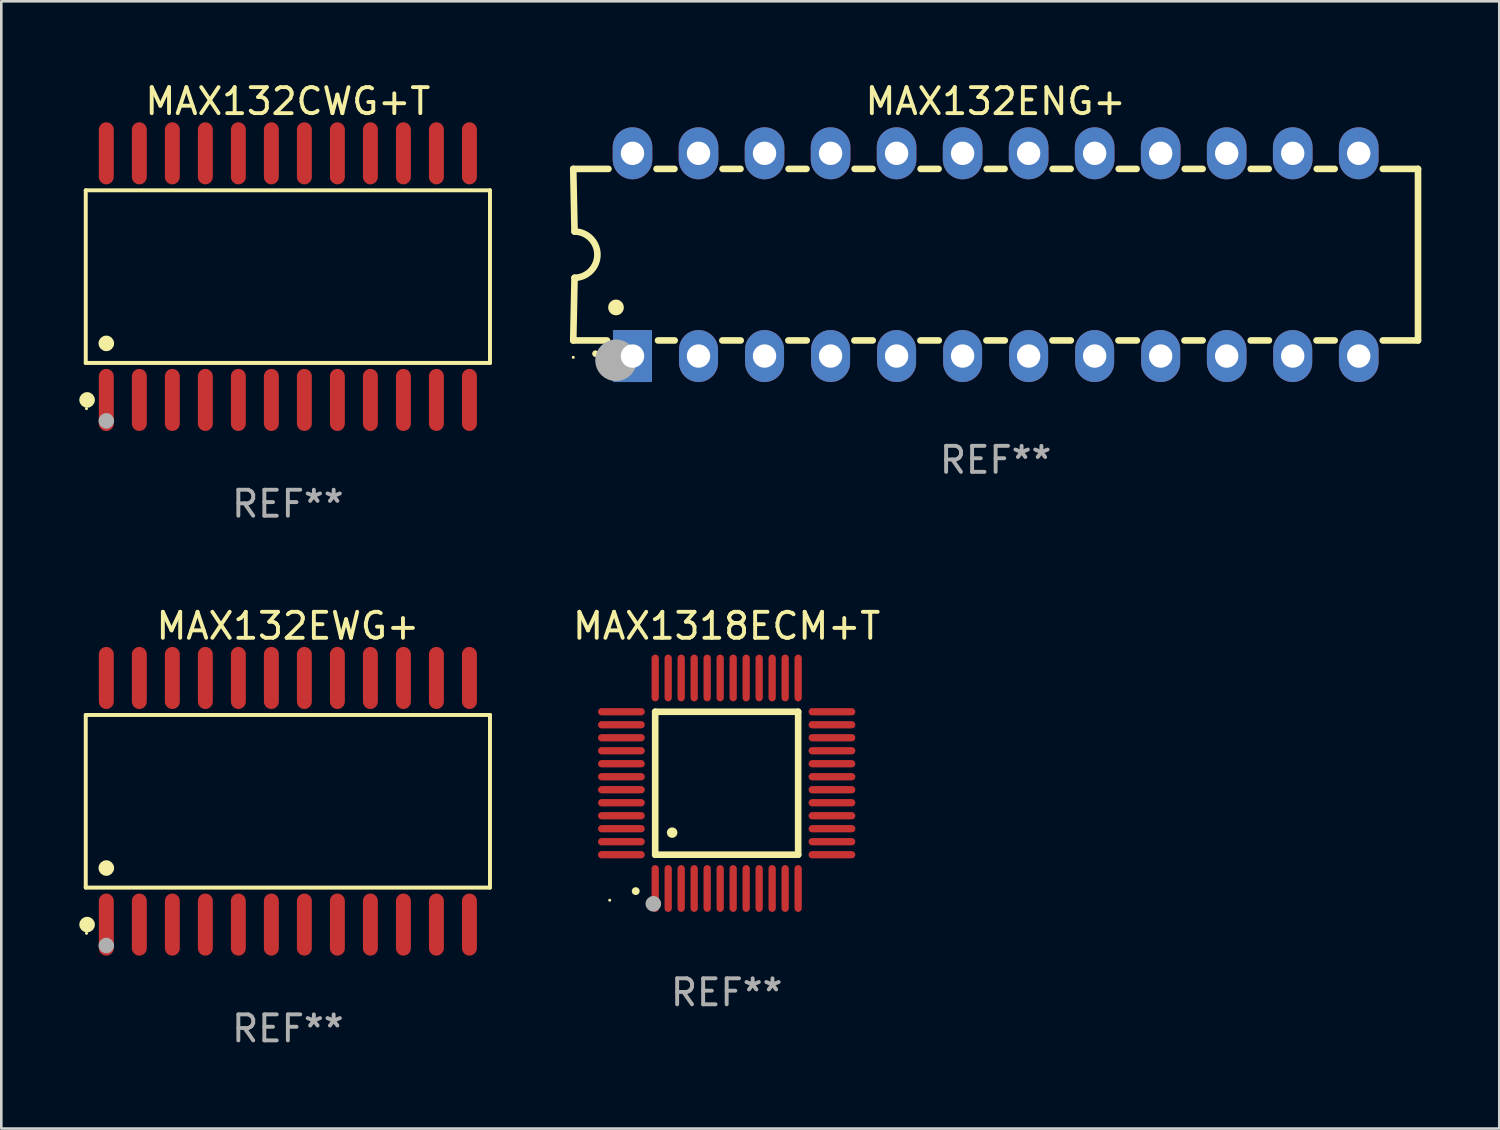
<source format=kicad_pcb>
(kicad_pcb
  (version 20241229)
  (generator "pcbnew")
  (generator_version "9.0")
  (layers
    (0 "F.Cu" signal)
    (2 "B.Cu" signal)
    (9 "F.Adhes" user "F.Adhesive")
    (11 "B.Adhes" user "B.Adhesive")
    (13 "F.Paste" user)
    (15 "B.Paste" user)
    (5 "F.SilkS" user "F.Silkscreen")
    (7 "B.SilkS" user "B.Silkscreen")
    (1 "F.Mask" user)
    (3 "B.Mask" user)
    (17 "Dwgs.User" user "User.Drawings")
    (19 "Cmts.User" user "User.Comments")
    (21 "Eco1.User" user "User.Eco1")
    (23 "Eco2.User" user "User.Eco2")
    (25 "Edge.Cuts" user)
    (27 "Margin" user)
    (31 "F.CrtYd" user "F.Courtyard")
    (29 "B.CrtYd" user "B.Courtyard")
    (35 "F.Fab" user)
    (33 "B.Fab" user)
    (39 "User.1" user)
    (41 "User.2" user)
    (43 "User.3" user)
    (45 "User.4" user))
  (footprint "MAX132EWG+"
    (layer "F.Cu")
    (at 8.025 27.777)
    (property "Reference" "MAX132EWG+" (at 0 -6.744 0) (layer "F.SilkS") (effects (font (size 1 1) (thickness 0.15))))
    (attr through_hole)
    (fp_line (start -7.776 -3.321) (end 7.776 -3.321) (stroke (width 0.152) (type solid)) (layer "F.SilkS"))
    (fp_line (start -7.776 3.321) (end -7.776 -3.321) (stroke (width 0.152) (type solid)) (layer "F.SilkS"))
    (fp_line (start 7.776 -3.321) (end 7.776 3.321) (stroke (width 0.152) (type solid)) (layer "F.SilkS"))
    (fp_line (start 7.776 3.321) (end -7.776 3.321) (stroke (width 0.152) (type solid)) (layer "F.SilkS"))
    (fp_circle (center -7.747 5.08) (end -7.717 5.08) (stroke (width 0.06) (type solid)) (fill no) (layer "F.SilkS"))
    (fp_circle (center -7.724 4.744) (end -7.574 4.744) (stroke (width 0.3) (type solid)) (fill no) (layer "F.SilkS"))
    (fp_circle (center -6.985 2.569) (end -6.835 2.569) (stroke (width 0.3) (type solid)) (fill no) (layer "F.SilkS"))
    (fp_circle (center -6.985 5.55) (end -6.835 5.55) (stroke (width 0.3) (type solid)) (fill no) (layer "F.Fab"))
    (fp_text user "REF**" (at 0 8.744 0) (layer "F.Fab") (effects (font (size 1 1) (thickness 0.15))))
    (pad "1" smd oval (at -6.985 4.744) (size 0.574 2.388) (layers "F.Cu" "F.Mask" "F.Paste"))
    (pad "2" smd oval (at -5.715 4.744) (size 0.574 2.388) (layers "F.Cu" "F.Mask" "F.Paste"))
    (pad "3" smd oval (at -4.445 4.744) (size 0.574 2.388) (layers "F.Cu" "F.Mask" "F.Paste"))
    (pad "4" smd oval (at -3.175 4.744) (size 0.574 2.388) (layers "F.Cu" "F.Mask" "F.Paste"))
    (pad "5" smd oval (at -1.905 4.744) (size 0.574 2.388) (layers "F.Cu" "F.Mask" "F.Paste"))
    (pad "6" smd oval (at -0.635 4.744) (size 0.574 2.388) (layers "F.Cu" "F.Mask" "F.Paste"))
    (pad "7" smd oval (at 0.635 4.744) (size 0.574 2.388) (layers "F.Cu" "F.Mask" "F.Paste"))
    (pad "8" smd oval (at 1.905 4.744) (size 0.574 2.388) (layers "F.Cu" "F.Mask" "F.Paste"))
    (pad "9" smd oval (at 3.175 4.744) (size 0.574 2.388) (layers "F.Cu" "F.Mask" "F.Paste"))
    (pad "10" smd oval (at 4.445 4.744) (size 0.574 2.388) (layers "F.Cu" "F.Mask" "F.Paste"))
    (pad "11" smd oval (at 5.715 4.744) (size 0.574 2.388) (layers "F.Cu" "F.Mask" "F.Paste"))
    (pad "12" smd oval (at 6.985 4.744) (size 0.574 2.388) (layers "F.Cu" "F.Mask" "F.Paste"))
    (pad "13" smd oval (at 6.985 -4.744) (size 0.574 2.388) (layers "F.Cu" "F.Mask" "F.Paste"))
    (pad "14" smd oval (at 5.715 -4.744) (size 0.574 2.388) (layers "F.Cu" "F.Mask" "F.Paste"))
    (pad "15" smd oval (at 4.445 -4.744) (size 0.574 2.388) (layers "F.Cu" "F.Mask" "F.Paste"))
    (pad "16" smd oval (at 3.175 -4.744) (size 0.574 2.388) (layers "F.Cu" "F.Mask" "F.Paste"))
    (pad "17" smd oval (at 1.905 -4.744) (size 0.574 2.388) (layers "F.Cu" "F.Mask" "F.Paste"))
    (pad "18" smd oval (at 0.635 -4.744) (size 0.574 2.388) (layers "F.Cu" "F.Mask" "F.Paste"))
    (pad "19" smd oval (at -0.635 -4.744) (size 0.574 2.388) (layers "F.Cu" "F.Mask" "F.Paste"))
    (pad "20" smd oval (at -1.905 -4.744) (size 0.574 2.388) (layers "F.Cu" "F.Mask" "F.Paste"))
    (pad "21" smd oval (at -3.175 -4.744) (size 0.574 2.388) (layers "F.Cu" "F.Mask" "F.Paste"))
    (pad "22" smd oval (at -4.445 -4.744) (size 0.574 2.388) (layers "F.Cu" "F.Mask" "F.Paste"))
    (pad "23" smd oval (at -5.715 -4.744) (size 0.574 2.388) (layers "F.Cu" "F.Mask" "F.Paste"))
    (pad "24" smd oval (at -6.985 -4.744) (size 0.574 2.388) (layers "F.Cu" "F.Mask" "F.Paste")))
  (footprint "MAX132CWG+T"
    (layer "F.Cu")
    (at 8.025 7.592)
    (property "Reference" "MAX132CWG+T" (at 0 -6.744 0) (layer "F.SilkS") (effects (font (size 1 1) (thickness 0.15))))
    (attr through_hole)
    (fp_line (start -7.776 -3.321) (end 7.776 -3.321) (stroke (width 0.152) (type solid)) (layer "F.SilkS"))
    (fp_line (start -7.776 3.321) (end -7.776 -3.321) (stroke (width 0.152) (type solid)) (layer "F.SilkS"))
    (fp_line (start 7.776 -3.321) (end 7.776 3.321) (stroke (width 0.152) (type solid)) (layer "F.SilkS"))
    (fp_line (start 7.776 3.321) (end -7.776 3.321) (stroke (width 0.152) (type solid)) (layer "F.SilkS"))
    (fp_circle (center -7.747 5.08) (end -7.717 5.08) (stroke (width 0.06) (type solid)) (fill no) (layer "F.SilkS"))
    (fp_circle (center -7.724 4.744) (end -7.574 4.744) (stroke (width 0.3) (type solid)) (fill no) (layer "F.SilkS"))
    (fp_circle (center -6.985 2.569) (end -6.835 2.569) (stroke (width 0.3) (type solid)) (fill no) (layer "F.SilkS"))
    (fp_circle (center -6.985 5.55) (end -6.835 5.55) (stroke (width 0.3) (type solid)) (fill no) (layer "F.Fab"))
    (fp_text user "REF**" (at 0 8.744 0) (layer "F.Fab") (effects (font (size 1 1) (thickness 0.15))))
    (pad "1" smd oval (at -6.985 4.744) (size 0.574 2.388) (layers "F.Cu" "F.Mask" "F.Paste"))
    (pad "2" smd oval (at -5.715 4.744) (size 0.574 2.388) (layers "F.Cu" "F.Mask" "F.Paste"))
    (pad "3" smd oval (at -4.445 4.744) (size 0.574 2.388) (layers "F.Cu" "F.Mask" "F.Paste"))
    (pad "4" smd oval (at -3.175 4.744) (size 0.574 2.388) (layers "F.Cu" "F.Mask" "F.Paste"))
    (pad "5" smd oval (at -1.905 4.744) (size 0.574 2.388) (layers "F.Cu" "F.Mask" "F.Paste"))
    (pad "6" smd oval (at -0.635 4.744) (size 0.574 2.388) (layers "F.Cu" "F.Mask" "F.Paste"))
    (pad "7" smd oval (at 0.635 4.744) (size 0.574 2.388) (layers "F.Cu" "F.Mask" "F.Paste"))
    (pad "8" smd oval (at 1.905 4.744) (size 0.574 2.388) (layers "F.Cu" "F.Mask" "F.Paste"))
    (pad "9" smd oval (at 3.175 4.744) (size 0.574 2.388) (layers "F.Cu" "F.Mask" "F.Paste"))
    (pad "10" smd oval (at 4.445 4.744) (size 0.574 2.388) (layers "F.Cu" "F.Mask" "F.Paste"))
    (pad "11" smd oval (at 5.715 4.744) (size 0.574 2.388) (layers "F.Cu" "F.Mask" "F.Paste"))
    (pad "12" smd oval (at 6.985 4.744) (size 0.574 2.388) (layers "F.Cu" "F.Mask" "F.Paste"))
    (pad "13" smd oval (at 6.985 -4.744) (size 0.574 2.388) (layers "F.Cu" "F.Mask" "F.Paste"))
    (pad "14" smd oval (at 5.715 -4.744) (size 0.574 2.388) (layers "F.Cu" "F.Mask" "F.Paste"))
    (pad "15" smd oval (at 4.445 -4.744) (size 0.574 2.388) (layers "F.Cu" "F.Mask" "F.Paste"))
    (pad "16" smd oval (at 3.175 -4.744) (size 0.574 2.388) (layers "F.Cu" "F.Mask" "F.Paste"))
    (pad "17" smd oval (at 1.905 -4.744) (size 0.574 2.388) (layers "F.Cu" "F.Mask" "F.Paste"))
    (pad "18" smd oval (at 0.635 -4.744) (size 0.574 2.388) (layers "F.Cu" "F.Mask" "F.Paste"))
    (pad "19" smd oval (at -0.635 -4.744) (size 0.574 2.388) (layers "F.Cu" "F.Mask" "F.Paste"))
    (pad "20" smd oval (at -1.905 -4.744) (size 0.574 2.388) (layers "F.Cu" "F.Mask" "F.Paste"))
    (pad "21" smd oval (at -3.175 -4.744) (size 0.574 2.388) (layers "F.Cu" "F.Mask" "F.Paste"))
    (pad "22" smd oval (at -4.445 -4.744) (size 0.574 2.388) (layers "F.Cu" "F.Mask" "F.Paste"))
    (pad "23" smd oval (at -5.715 -4.744) (size 0.574 2.388) (layers "F.Cu" "F.Mask" "F.Paste"))
    (pad "24" smd oval (at -6.985 -4.744) (size 0.574 2.388) (layers "F.Cu" "F.Mask" "F.Paste")))
  (footprint "MAX132ENG+"
    (layer "F.Cu")
    (at 35.254 6.748)
    (property "Reference" "MAX132ENG+" (at 0 -5.9 0) (layer "F.SilkS") (effects (font (size 1 1) (thickness 0.15))))
    (attr through_hole)
    (fp_line (start -16.25 -3.3) (end -16.2 -0.889) (stroke (width 0.254) (type solid)) (layer "F.SilkS"))
    (fp_line (start -16.25 -3.3) (end -14.895 -3.3) (stroke (width 0.254) (type solid)) (layer "F.SilkS"))
    (fp_line (start -16.25 3.3) (end -16.2 0.889) (stroke (width 0.254) (type solid)) (layer "F.SilkS"))
    (fp_line (start -16.25 3.3) (end -14.951 3.3) (stroke (width 0.254) (type solid)) (layer "F.SilkS"))
    (fp_line (start -13.045 -3.3) (end -12.355 -3.3) (stroke (width 0.254) (type solid)) (layer "F.SilkS"))
    (fp_line (start -12.989 3.3) (end -12.347 3.3) (stroke (width 0.254) (type solid)) (layer "F.SilkS"))
    (fp_line (start -10.514 3.3) (end -9.807 3.3) (stroke (width 0.254) (type solid)) (layer "F.SilkS"))
    (fp_line (start -10.505 -3.3) (end -9.815 -3.3) (stroke (width 0.254) (type solid)) (layer "F.SilkS"))
    (fp_line (start -7.974 3.3) (end -7.267 3.3) (stroke (width 0.254) (type solid)) (layer "F.SilkS"))
    (fp_line (start -7.965 -3.3) (end -7.275 -3.3) (stroke (width 0.254) (type solid)) (layer "F.SilkS"))
    (fp_line (start -5.434 3.3) (end -4.727 3.3) (stroke (width 0.254) (type solid)) (layer "F.SilkS"))
    (fp_line (start -5.425 -3.3) (end -4.735 -3.3) (stroke (width 0.254) (type solid)) (layer "F.SilkS"))
    (fp_line (start -2.894 3.3) (end -2.187 3.3) (stroke (width 0.254) (type solid)) (layer "F.SilkS"))
    (fp_line (start -2.885 -3.3) (end -2.195 -3.3) (stroke (width 0.254) (type solid)) (layer "F.SilkS"))
    (fp_line (start -0.354 3.3) (end 0.353 3.3) (stroke (width 0.254) (type solid)) (layer "F.SilkS"))
    (fp_line (start -0.345 -3.3) (end 0.345 -3.3) (stroke (width 0.254) (type solid)) (layer "F.SilkS"))
    (fp_line (start 2.186 3.3) (end 2.893 3.3) (stroke (width 0.254) (type solid)) (layer "F.SilkS"))
    (fp_line (start 2.195 -3.3) (end 2.885 -3.3) (stroke (width 0.254) (type solid)) (layer "F.SilkS"))
    (fp_line (start 4.726 3.3) (end 5.434 3.3) (stroke (width 0.254) (type solid)) (layer "F.SilkS"))
    (fp_line (start 4.735 -3.3) (end 5.425 -3.3) (stroke (width 0.254) (type solid)) (layer "F.SilkS"))
    (fp_line (start 7.266 3.3) (end 7.965 3.3) (stroke (width 0.254) (type solid)) (layer "F.SilkS"))
    (fp_line (start 7.275 -3.3) (end 7.965 -3.3) (stroke (width 0.254) (type solid)) (layer "F.SilkS"))
    (fp_line (start 9.815 -3.3) (end 10.505 -3.3) (stroke (width 0.254) (type solid)) (layer "F.SilkS"))
    (fp_line (start 9.815 3.3) (end 10.514 3.3) (stroke (width 0.254) (type solid)) (layer "F.SilkS"))
    (fp_line (start 12.346 3.3) (end 13.045 3.3) (stroke (width 0.254) (type solid)) (layer "F.SilkS"))
    (fp_line (start 12.355 -3.3) (end 13.045 -3.3) (stroke (width 0.254) (type solid)) (layer "F.SilkS"))
    (fp_line (start 16.25 -3.3) (end 14.895 -3.3) (stroke (width 0.254) (type solid)) (layer "F.SilkS"))
    (fp_line (start 16.25 -3.3) (end 16.25 3.3) (stroke (width 0.254) (type solid)) (layer "F.SilkS"))
    (fp_line (start 16.25 3.3) (end 14.895 3.3) (stroke (width 0.254) (type solid)) (layer "F.SilkS"))
    (fp_arc (start -16.201016 -0.890146) (mid -15.311429 -0.001055) (end -16.200025 0.889027) (stroke (width 0.254001) (type solid)) (layer "F.SilkS"))
    (fp_arc (start -15.394971 3.810033) (mid -15.394978 3.808763) (end -15.394971 3.807493) (stroke (width 0.25) (type solid)) (layer "F.SilkS"))
    (fp_arc (start -14.605029 2.032029) (mid -14.60504 2.029489) (end -14.605029 2.026949) (stroke (width 0.6) (type solid)) (layer "F.SilkS"))
    (fp_circle (center -16.25 3.95) (end -16.22 3.95) (stroke (width 0.06) (type solid)) (fill no) (layer "F.SilkS"))
    (fp_circle (center -14.605 4.064) (end -14.205 4.064) (stroke (width 0.8) (type solid)) (fill no) (layer "F.Fab"))
    (fp_text user "REF**" (at 0 7.9 0) (layer "F.Fab") (effects (font (size 1 1) (thickness 0.15))))
    (pad "1" thru_hole rect (at -13.97 3.9 90) (size 2 1.5) (drill 0.9) (layers "*.Cu" "*.Mask"))
    (pad "2" thru_hole oval (at -11.43 3.9 90) (size 2 1.5) (drill 0.9) (layers "*.Cu" "*.Mask"))
    (pad "3" thru_hole oval (at -8.89 3.9 90) (size 2 1.5) (drill 0.9) (layers "*.Cu" "*.Mask"))
    (pad "4" thru_hole oval (at -6.35 3.9 90) (size 2 1.5) (drill 0.9) (layers "*.Cu" "*.Mask"))
    (pad "5" thru_hole oval (at -3.81 3.9 90) (size 2 1.5) (drill 0.9) (layers "*.Cu" "*.Mask"))
    (pad "6" thru_hole oval (at -1.27 3.9 90) (size 2 1.5) (drill 0.9) (layers "*.Cu" "*.Mask"))
    (pad "7" thru_hole oval (at 1.27 3.9 90) (size 2 1.5) (drill 0.9) (layers "*.Cu" "*.Mask"))
    (pad "8" thru_hole oval (at 3.81 3.9 90) (size 2 1.5) (drill 0.9) (layers "*.Cu" "*.Mask"))
    (pad "9" thru_hole oval (at 6.35 3.9 90) (size 2 1.5) (drill 0.9) (layers "*.Cu" "*.Mask"))
    (pad "10" thru_hole oval (at 8.89 3.9 90) (size 2 1.524) (drill 0.9) (layers "*.Cu" "*.Mask"))
    (pad "11" thru_hole oval (at 11.43 3.9 90) (size 2 1.5) (drill 0.9) (layers "*.Cu" "*.Mask"))
    (pad "12" thru_hole oval (at 13.97 3.9 90) (size 2 1.524) (drill 0.9) (layers "*.Cu" "*.Mask"))
    (pad "13" thru_hole oval (at 13.97 -3.9 90) (size 2 1.524) (drill 0.9) (layers "*.Cu" "*.Mask"))
    (pad "14" thru_hole oval (at 11.43 -3.9 90) (size 2 1.524) (drill 0.9) (layers "*.Cu" "*.Mask"))
    (pad "15" thru_hole oval (at 8.89 -3.9 90) (size 2 1.524) (drill 0.9) (layers "*.Cu" "*.Mask"))
    (pad "16" thru_hole oval (at 6.35 -3.9 90) (size 2 1.524) (drill 0.9) (layers "*.Cu" "*.Mask"))
    (pad "17" thru_hole oval (at 3.81 -3.9 90) (size 2 1.524) (drill 0.9) (layers "*.Cu" "*.Mask"))
    (pad "18" thru_hole oval (at 1.27 -3.9 90) (size 2 1.524) (drill 0.9) (layers "*.Cu" "*.Mask"))
    (pad "19" thru_hole oval (at -1.27 -3.9 90) (size 2 1.524) (drill 0.9) (layers "*.Cu" "*.Mask"))
    (pad "20" thru_hole oval (at -3.81 -3.9 90) (size 2 1.524) (drill 0.9) (layers "*.Cu" "*.Mask"))
    (pad "21" thru_hole oval (at -6.35 -3.9 90) (size 2 1.524) (drill 0.9) (layers "*.Cu" "*.Mask"))
    (pad "22" thru_hole oval (at -8.89 -3.9 90) (size 2 1.524) (drill 0.9) (layers "*.Cu" "*.Mask"))
    (pad "23" thru_hole oval (at -11.43 -3.9 90) (size 2 1.524) (drill 0.9) (layers "*.Cu" "*.Mask"))
    (pad "24" thru_hole oval (at -13.97 -3.9 90) (size 2 1.524) (drill 0.9) (layers "*.Cu" "*.Mask")))
  (footprint "MAX1318ECM+T"
    (layer "F.Cu")
    (at 24.907 27.083)
    (property "Reference" "MAX1318ECM+T" (at 0 -6.05 0) (layer "F.SilkS") (effects (font (size 1 1) (thickness 0.15))))
    (attr through_hole)
    (fp_line (start -2.75 -2.75) (end 2.75 -2.75) (stroke (width 0.254) (type solid)) (layer "F.SilkS"))
    (fp_line (start -2.75 2.75) (end -2.75 -2.75) (stroke (width 0.254) (type solid)) (layer "F.SilkS"))
    (fp_line (start 2.75 -2.75) (end 2.75 2.75) (stroke (width 0.254) (type solid)) (layer "F.SilkS"))
    (fp_line (start 2.75 2.75) (end -2.75 2.75) (stroke (width 0.254) (type solid)) (layer "F.SilkS"))
    (fp_arc (start -3.500127 4.150368) (mid -3.498857 4.150363) (end -3.497587 4.150368) (stroke (width 0.3) (type solid)) (layer "F.SilkS"))
    (fp_arc (start -2.100584 1.899924) (mid -2.098044 1.899908) (end -2.095504 1.899924) (stroke (width 0.4) (type solid)) (layer "F.SilkS"))
    (fp_circle (center -4.5 4.5) (end -4.47 4.5) (stroke (width 0.06) (type solid)) (fill no) (layer "F.SilkS"))
    (fp_circle (center -2.822 4.638) (end -2.672 4.638) (stroke (width 0.3) (type solid)) (fill no) (layer "F.Fab"))
    (fp_text user "REF**" (at 0 8.05 0) (layer "F.Fab") (effects (font (size 1 1) (thickness 0.15))))
    (pad "1" smd oval (at -2.75 4.05) (size 0.28 1.8) (layers "F.Cu" "F.Mask" "F.Paste"))
    (pad "2" smd oval (at -2.25 4.05) (size 0.28 1.8) (layers "F.Cu" "F.Mask" "F.Paste"))
    (pad "3" smd oval (at -1.75 4.05) (size 0.28 1.8) (layers "F.Cu" "F.Mask" "F.Paste"))
    (pad "4" smd oval (at -1.25 4.05) (size 0.28 1.8) (layers "F.Cu" "F.Mask" "F.Paste"))
    (pad "5" smd oval (at -0.75 4.05) (size 0.28 1.8) (layers "F.Cu" "F.Mask" "F.Paste"))
    (pad "6" smd oval (at -0.25 4.05) (size 0.28 1.8) (layers "F.Cu" "F.Mask" "F.Paste"))
    (pad "7" smd oval (at 0.25 4.05) (size 0.28 1.8) (layers "F.Cu" "F.Mask" "F.Paste"))
    (pad "8" smd oval (at 0.75 4.05) (size 0.28 1.8) (layers "F.Cu" "F.Mask" "F.Paste"))
    (pad "9" smd oval (at 1.25 4.05) (size 0.28 1.8) (layers "F.Cu" "F.Mask" "F.Paste"))
    (pad "10" smd oval (at 1.75 4.05) (size 0.28 1.8) (layers "F.Cu" "F.Mask" "F.Paste"))
    (pad "11" smd oval (at 2.25 4.05) (size 0.28 1.8) (layers "F.Cu" "F.Mask" "F.Paste"))
    (pad "12" smd oval (at 2.75 4.05) (size 0.28 1.8) (layers "F.Cu" "F.Mask" "F.Paste"))
    (pad "13" smd oval (at 4.05 2.75) (size 1.8 0.28) (layers "F.Cu" "F.Mask" "F.Paste"))
    (pad "14" smd oval (at 4.05 2.25) (size 1.8 0.28) (layers "F.Cu" "F.Mask" "F.Paste"))
    (pad "15" smd oval (at 4.05 1.75) (size 1.8 0.28) (layers "F.Cu" "F.Mask" "F.Paste"))
    (pad "16" smd oval (at 4.05 1.25) (size 1.8 0.28) (layers "F.Cu" "F.Mask" "F.Paste"))
    (pad "17" smd oval (at 4.05 0.75) (size 1.8 0.28) (layers "F.Cu" "F.Mask" "F.Paste"))
    (pad "18" smd oval (at 4.05 0.25) (size 1.8 0.28) (layers "F.Cu" "F.Mask" "F.Paste"))
    (pad "19" smd oval (at 4.05 -0.25) (size 1.8 0.28) (layers "F.Cu" "F.Mask" "F.Paste"))
    (pad "20" smd oval (at 4.05 -0.75) (size 1.8 0.28) (layers "F.Cu" "F.Mask" "F.Paste"))
    (pad "21" smd oval (at 4.05 -1.25) (size 1.8 0.28) (layers "F.Cu" "F.Mask" "F.Paste"))
    (pad "22" smd oval (at 4.05 -1.75) (size 1.8 0.28) (layers "F.Cu" "F.Mask" "F.Paste"))
    (pad "23" smd oval (at 4.05 -2.25) (size 1.8 0.28) (layers "F.Cu" "F.Mask" "F.Paste"))
    (pad "24" smd oval (at 4.05 -2.75) (size 1.8 0.28) (layers "F.Cu" "F.Mask" "F.Paste"))
    (pad "25" smd oval (at 2.75 -4.05) (size 0.28 1.8) (layers "F.Cu" "F.Mask" "F.Paste"))
    (pad "26" smd oval (at 2.25 -4.05) (size 0.28 1.8) (layers "F.Cu" "F.Mask" "F.Paste"))
    (pad "27" smd oval (at 1.75 -4.05) (size 0.28 1.8) (layers "F.Cu" "F.Mask" "F.Paste"))
    (pad "28" smd oval (at 1.25 -4.05) (size 0.28 1.8) (layers "F.Cu" "F.Mask" "F.Paste"))
    (pad "29" smd oval (at 0.75 -4.05) (size 0.28 1.8) (layers "F.Cu" "F.Mask" "F.Paste"))
    (pad "30" smd oval (at 0.25 -4.05) (size 0.28 1.8) (layers "F.Cu" "F.Mask" "F.Paste"))
    (pad "31" smd oval (at -0.25 -4.05) (size 0.28 1.8) (layers "F.Cu" "F.Mask" "F.Paste"))
    (pad "32" smd oval (at -0.75 -4.05) (size 0.28 1.8) (layers "F.Cu" "F.Mask" "F.Paste"))
    (pad "33" smd oval (at -1.25 -4.05) (size 0.28 1.8) (layers "F.Cu" "F.Mask" "F.Paste"))
    (pad "34" smd oval (at -1.75 -4.05) (size 0.28 1.8) (layers "F.Cu" "F.Mask" "F.Paste"))
    (pad "35" smd oval (at -2.25 -4.05) (size 0.28 1.8) (layers "F.Cu" "F.Mask" "F.Paste"))
    (pad "36" smd oval (at -2.75 -4.05) (size 0.28 1.8) (layers "F.Cu" "F.Mask" "F.Paste"))
    (pad "37" smd oval (at -4.05 -2.75) (size 1.8 0.28) (layers "F.Cu" "F.Mask" "F.Paste"))
    (pad "38" smd oval (at -4.05 -2.25) (size 1.8 0.28) (layers "F.Cu" "F.Mask" "F.Paste"))
    (pad "39" smd oval (at -4.05 -1.75) (size 1.8 0.28) (layers "F.Cu" "F.Mask" "F.Paste"))
    (pad "40" smd oval (at -4.05 -1.25) (size 1.8 0.28) (layers "F.Cu" "F.Mask" "F.Paste"))
    (pad "41" smd oval (at -4.05 -0.75) (size 1.8 0.28) (layers "F.Cu" "F.Mask" "F.Paste"))
    (pad "42" smd oval (at -4.05 -0.25) (size 1.8 0.28) (layers "F.Cu" "F.Mask" "F.Paste"))
    (pad "43" smd oval (at -4.05 0.25) (size 1.8 0.28) (layers "F.Cu" "F.Mask" "F.Paste"))
    (pad "44" smd oval (at -4.05 0.75) (size 1.8 0.28) (layers "F.Cu" "F.Mask" "F.Paste"))
    (pad "45" smd oval (at -4.05 1.25) (size 1.8 0.28) (layers "F.Cu" "F.Mask" "F.Paste"))
    (pad "46" smd oval (at -4.05 1.75) (size 1.8 0.28) (layers "F.Cu" "F.Mask" "F.Paste"))
    (pad "47" smd oval (at -4.05 2.25) (size 1.8 0.28) (layers "F.Cu" "F.Mask" "F.Paste"))
    (pad "48" smd oval (at -4.05 2.75) (size 1.8 0.28) (layers "F.Cu" "F.Mask" "F.Paste")))
  (gr_rect
    (start -3 -3)
    (end 54.631 40.369)
    (stroke (width 0.1) (type default))
    (fill no)
    (layer "Edge.Cuts")))
</source>
